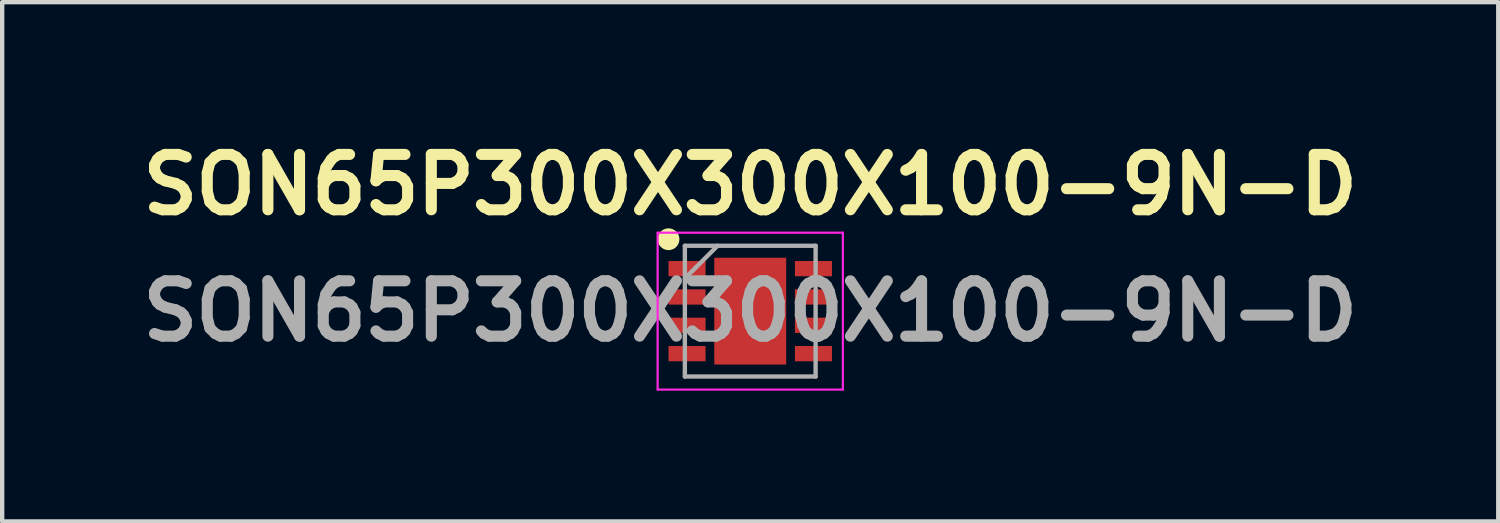
<source format=kicad_pcb>
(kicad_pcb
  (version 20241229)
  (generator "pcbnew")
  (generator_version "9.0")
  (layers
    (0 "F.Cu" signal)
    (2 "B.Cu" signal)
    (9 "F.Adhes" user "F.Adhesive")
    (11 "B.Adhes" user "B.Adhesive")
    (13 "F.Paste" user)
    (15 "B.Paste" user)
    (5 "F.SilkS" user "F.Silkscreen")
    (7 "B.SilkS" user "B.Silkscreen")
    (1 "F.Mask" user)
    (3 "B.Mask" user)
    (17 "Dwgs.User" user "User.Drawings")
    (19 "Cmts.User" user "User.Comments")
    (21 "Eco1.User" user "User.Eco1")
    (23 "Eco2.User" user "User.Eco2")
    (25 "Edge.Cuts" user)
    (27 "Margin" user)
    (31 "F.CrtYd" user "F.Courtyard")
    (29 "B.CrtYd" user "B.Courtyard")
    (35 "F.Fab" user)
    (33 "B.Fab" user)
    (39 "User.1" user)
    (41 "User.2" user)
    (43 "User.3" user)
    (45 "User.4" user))
  (footprint "SON65P300X300X100-9N-D"
    (layer "F.Cu")
    (at 14.164 4.089)
    (property "Reference" "SON65P300X300X100-9N-D" (at 0 -2.9 0) (layer "F.SilkS") (effects (font (size 1.27 1.27) (thickness 0.254))))
    (attr smd)
    (fp_circle (center -1.875 -1.65) (end -1.875 -1.525) (stroke (width 0.25) (type solid)) (fill no) (layer "F.SilkS"))
    (fp_line (start -2.125 -1.8) (end 2.125 -1.8) (stroke (width 0.05) (type solid)) (layer "F.CrtYd"))
    (fp_line (start -2.125 1.8) (end -2.125 -1.8) (stroke (width 0.05) (type solid)) (layer "F.CrtYd"))
    (fp_line (start 2.125 -1.8) (end 2.125 1.8) (stroke (width 0.05) (type solid)) (layer "F.CrtYd"))
    (fp_line (start 2.125 1.8) (end -2.125 1.8) (stroke (width 0.05) (type solid)) (layer "F.CrtYd"))
    (fp_line (start -1.5 -1.5) (end 1.5 -1.5) (stroke (width 0.1) (type solid)) (layer "F.Fab"))
    (fp_line (start -1.5 -0.75) (end -0.75 -1.5) (stroke (width 0.1) (type solid)) (layer "F.Fab"))
    (fp_line (start -1.5 1.5) (end -1.5 -1.5) (stroke (width 0.1) (type solid)) (layer "F.Fab"))
    (fp_line (start 1.5 -1.5) (end 1.5 1.5) (stroke (width 0.1) (type solid)) (layer "F.Fab"))
    (fp_line (start 1.5 1.5) (end -1.5 1.5) (stroke (width 0.1) (type solid)) (layer "F.Fab"))
    (fp_text user "${REFERENCE}" (at 0 0 0) (layer "F.Fab") (effects (font (size 1.27 1.27) (thickness 0.254))))
    (pad "1" smd rect (at -1.45 -0.975 90) (size 0.35 0.85) (layers "F.Cu" "F.Mask" "F.Paste"))
    (pad "2" smd rect (at -1.45 -0.325 90) (size 0.35 0.85) (layers "F.Cu" "F.Mask" "F.Paste"))
    (pad "3" smd rect (at -1.45 0.325 90) (size 0.35 0.85) (layers "F.Cu" "F.Mask" "F.Paste"))
    (pad "4" smd rect (at -1.45 0.975 90) (size 0.35 0.85) (layers "F.Cu" "F.Mask" "F.Paste"))
    (pad "5" smd rect (at 1.45 0.975 90) (size 0.35 0.85) (layers "F.Cu" "F.Mask" "F.Paste"))
    (pad "6" smd rect (at 1.45 0.325 90) (size 0.35 0.85) (layers "F.Cu" "F.Mask" "F.Paste"))
    (pad "7" smd rect (at 1.45 -0.325 90) (size 0.35 0.85) (layers "F.Cu" "F.Mask" "F.Paste"))
    (pad "8" smd rect (at 1.45 -0.975 90) (size 0.35 0.85) (layers "F.Cu" "F.Mask" "F.Paste"))
    (pad "9" smd rect (at 0 0) (size 1.65 2.45) (layers "F.Cu" "F.Mask" "F.Paste")))
  (gr_rect
    (start -3 -3)
    (end 31.327 8.914)
    (stroke (width 0.1) (type default))
    (fill no)
    (layer "Edge.Cuts")))
</source>
